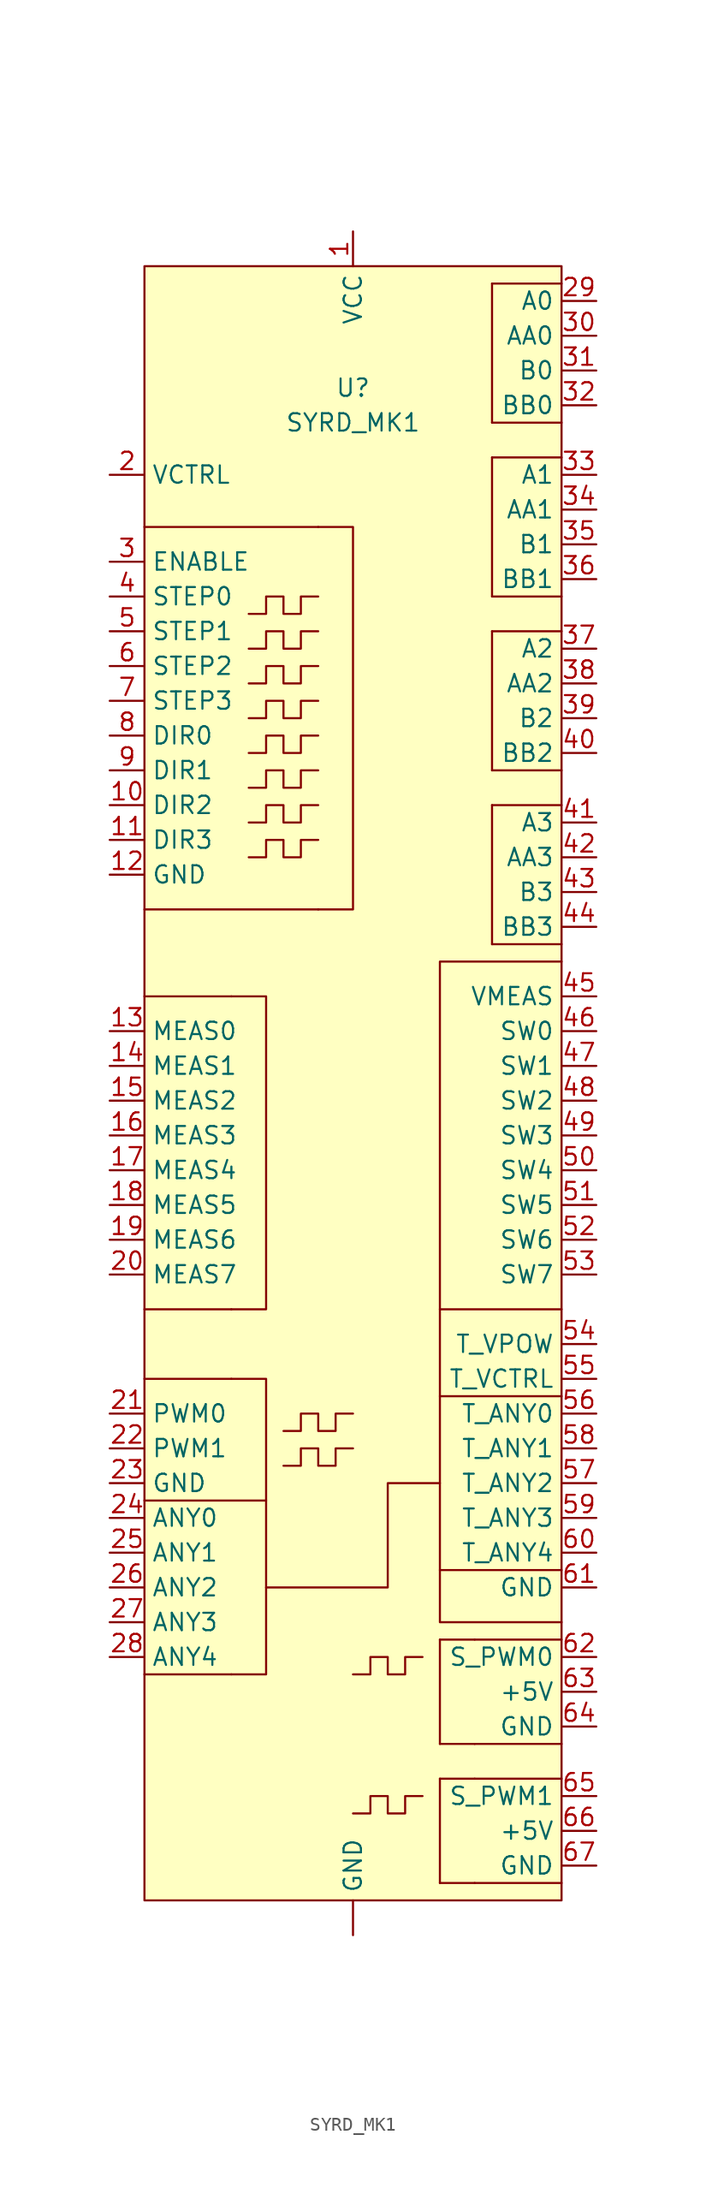
<source format=kicad_sym>
(kicad_symbol_lib
  (version 20211014)
  (generator kicad_symbol_editor)
  (symbol "SYRD_MK1"
    (property "Reference" "U"
      (at 0 52.07 0)
      (effects (font (size 1.27 1.27))))
    (property "Value" "SYRD_MK1"
      (at 0 49.53 0)
      (effects (font (size 1.27 1.27))))
    (symbol "SYRD_MK1_0_1"
      (rectangle (start -15.24 60.96) (end 15.24 -58.42) (stroke (width 0) (type default) (color 0 0 0 0)) (fill (type background)))
      (polyline (pts (xy -15.24 -29.21) (xy -6.35 -29.21)) (stroke (width 0) (type default) (color 0 0 0 0)) (fill (type none)))
      (polyline (pts (xy -8.89 -41.91) (xy -15.24 -41.91)) (stroke (width 0) (type default) (color 0 0 0 0)) (fill (type none)))
      (polyline (pts (xy -8.89 -20.32) (xy -15.24 -20.32)) (stroke (width 0) (type default) (color 0 0 0 0)) (fill (type none)))
      (polyline (pts (xy -8.89 -15.24) (xy -15.24 -15.24)) (stroke (width 0) (type default) (color 0 0 0 0)) (fill (type none)))
      (polyline (pts (xy -8.89 7.62) (xy -15.24 7.62)) (stroke (width 0) (type default) (color 0 0 0 0)) (fill (type none)))
      (polyline (pts (xy -2.54 13.97) (xy -15.24 13.97)) (stroke (width 0) (type default) (color 0 0 0 0)) (fill (type none)))
      (polyline (pts (xy -2.54 41.91) (xy -15.24 41.91)) (stroke (width 0) (type default) (color 0 0 0 0)) (fill (type none)))
      (polyline (pts (xy 6.35 -57.15) (xy 8.89 -57.15)) (stroke (width 0) (type default) (color 0 0 0 0)) (fill (type none)))
      (polyline (pts (xy 6.35 -49.53) (xy 6.35 -57.15)) (stroke (width 0) (type default) (color 0 0 0 0)) (fill (type none)))
      (polyline (pts (xy 6.35 -49.53) (xy 8.89 -49.53)) (stroke (width 0) (type default) (color 0 0 0 0)) (fill (type none)))
      (polyline (pts (xy 6.35 -46.99) (xy 8.89 -46.99)) (stroke (width 0) (type default) (color 0 0 0 0)) (fill (type none)))
      (polyline (pts (xy 6.35 -39.37) (xy 6.35 -46.99)) (stroke (width 0) (type default) (color 0 0 0 0)) (fill (type none)))
      (polyline (pts (xy 6.35 -39.37) (xy 8.89 -39.37)) (stroke (width 0) (type default) (color 0 0 0 0)) (fill (type none)))
      (polyline (pts (xy 6.35 -34.29) (xy 15.24 -34.29)) (stroke (width 0) (type default) (color 0 0 0 0)) (fill (type none)))
      (polyline (pts (xy 6.35 -21.59) (xy 15.24 -21.59)) (stroke (width 0) (type default) (color 0 0 0 0)) (fill (type none)))
      (polyline (pts (xy 8.89 -57.15) (xy 15.24 -57.15)) (stroke (width 0) (type default) (color 0 0 0 0)) (fill (type none)))
      (polyline (pts (xy 8.89 -49.53) (xy 15.24 -49.53)) (stroke (width 0) (type default) (color 0 0 0 0)) (fill (type none)))
      (polyline (pts (xy 8.89 -46.99) (xy 15.24 -46.99)) (stroke (width 0) (type default) (color 0 0 0 0)) (fill (type none)))
      (polyline (pts (xy 8.89 -39.37) (xy 15.24 -39.37)) (stroke (width 0) (type default) (color 0 0 0 0)) (fill (type none)))
      (polyline (pts (xy 10.16 11.43) (xy 15.24 11.43)) (stroke (width 0) (type default) (color 0 0 0 0)) (fill (type none)))
      (polyline (pts (xy 10.16 21.59) (xy 10.16 11.43)) (stroke (width 0) (type default) (color 0 0 0 0)) (fill (type none)))
      (polyline (pts (xy 10.16 21.59) (xy 15.24 21.59)) (stroke (width 0) (type default) (color 0 0 0 0)) (fill (type none)))
      (polyline (pts (xy 10.16 24.13) (xy 15.24 24.13)) (stroke (width 0) (type default) (color 0 0 0 0)) (fill (type none)))
      (polyline (pts (xy 10.16 34.29) (xy 10.16 24.13)) (stroke (width 0) (type default) (color 0 0 0 0)) (fill (type none)))
      (polyline (pts (xy 10.16 34.29) (xy 15.24 34.29)) (stroke (width 0) (type default) (color 0 0 0 0)) (fill (type none)))
      (polyline (pts (xy 10.16 36.83) (xy 15.24 36.83)) (stroke (width 0) (type default) (color 0 0 0 0)) (fill (type none)))
      (polyline (pts (xy 10.16 46.99) (xy 10.16 36.83)) (stroke (width 0) (type default) (color 0 0 0 0)) (fill (type none)))
      (polyline (pts (xy 10.16 46.99) (xy 15.24 46.99)) (stroke (width 0) (type default) (color 0 0 0 0)) (fill (type none)))
      (polyline (pts (xy 10.16 49.53) (xy 15.24 49.53)) (stroke (width 0) (type default) (color 0 0 0 0)) (fill (type none)))
      (polyline (pts (xy 10.16 59.69) (xy 10.16 49.53)) (stroke (width 0) (type default) (color 0 0 0 0)) (fill (type none)))
      (polyline (pts (xy 10.16 59.69) (xy 15.24 59.69)) (stroke (width 0) (type default) (color 0 0 0 0)) (fill (type none)))
      (polyline (pts (xy 6.35 -15.24) (xy 6.35 10.16) (xy 15.24 10.16)) (stroke (width 0) (type default) (color 0 0 0 0)) (fill (type none)))
      (polyline (pts (xy -8.89 -20.32) (xy -6.35 -20.32) (xy -6.35 -41.91) (xy -8.89 -41.91)) (stroke (width 0) (type default) (color 0 0 0 0)) (fill (type none)))
      (polyline (pts (xy -8.89 7.62) (xy -6.35 7.62) (xy -6.35 -15.24) (xy -8.89 -15.24)) (stroke (width 0) (type default) (color 0 0 0 0)) (fill (type none)))
      (polyline (pts (xy -6.35 -35.56) (xy 2.54 -35.56) (xy 2.54 -27.94) (xy 6.35 -27.94)) (stroke (width 0) (type default) (color 0 0 0 0)) (fill (type none)))
      (polyline (pts (xy -2.54 41.91) (xy 0 41.91) (xy 0 13.97) (xy -2.54 13.97)) (stroke (width 0) (type default) (color 0 0 0 0)) (fill (type none)))
      (polyline (pts (xy 15.24 -38.1) (xy 6.35 -38.1) (xy 6.35 -15.24) (xy 15.24 -15.24)) (stroke (width 0) (type default) (color 0 0 0 0)) (fill (type none)))
      (polyline (pts (xy -7.62 17.78) (xy -6.35 17.78) (xy -6.35 19.05) (xy -5.08 19.05) (xy -5.08 17.78) (xy -3.81 17.78) (xy -3.81 19.05) (xy -2.54 19.05)) (stroke (width 0) (type default) (color 0 0 0 0)) (fill (type none)))
      (polyline (pts (xy -7.62 20.32) (xy -6.35 20.32) (xy -6.35 21.59) (xy -5.08 21.59) (xy -5.08 20.32) (xy -3.81 20.32) (xy -3.81 21.59) (xy -2.54 21.59)) (stroke (width 0) (type default) (color 0 0 0 0)) (fill (type none)))
      (polyline (pts (xy -7.62 22.86) (xy -6.35 22.86) (xy -6.35 24.13) (xy -5.08 24.13) (xy -5.08 22.86) (xy -3.81 22.86) (xy -3.81 24.13) (xy -2.54 24.13)) (stroke (width 0) (type default) (color 0 0 0 0)) (fill (type none)))
      (polyline (pts (xy -7.62 25.4) (xy -6.35 25.4) (xy -6.35 26.67) (xy -5.08 26.67) (xy -5.08 25.4) (xy -3.81 25.4) (xy -3.81 26.67) (xy -2.54 26.67)) (stroke (width 0) (type default) (color 0 0 0 0)) (fill (type none)))
      (polyline (pts (xy -7.62 27.94) (xy -6.35 27.94) (xy -6.35 29.21) (xy -5.08 29.21) (xy -5.08 27.94) (xy -3.81 27.94) (xy -3.81 29.21) (xy -2.54 29.21)) (stroke (width 0) (type default) (color 0 0 0 0)) (fill (type none)))
      (polyline (pts (xy -7.62 30.48) (xy -6.35 30.48) (xy -6.35 31.75) (xy -5.08 31.75) (xy -5.08 30.48) (xy -3.81 30.48) (xy -3.81 31.75) (xy -2.54 31.75)) (stroke (width 0) (type default) (color 0 0 0 0)) (fill (type none)))
      (polyline (pts (xy -7.62 33.02) (xy -6.35 33.02) (xy -6.35 34.29) (xy -5.08 34.29) (xy -5.08 33.02) (xy -3.81 33.02) (xy -3.81 34.29) (xy -2.54 34.29)) (stroke (width 0) (type default) (color 0 0 0 0)) (fill (type none)))
      (polyline (pts (xy -7.62 35.56) (xy -6.35 35.56) (xy -6.35 36.83) (xy -5.08 36.83) (xy -5.08 35.56) (xy -3.81 35.56) (xy -3.81 36.83) (xy -2.54 36.83)) (stroke (width 0) (type default) (color 0 0 0 0)) (fill (type none)))
      (polyline (pts (xy -5.08 -26.67) (xy -3.81 -26.67) (xy -3.81 -25.4) (xy -2.54 -25.4) (xy -2.54 -26.67) (xy -1.27 -26.67) (xy -1.27 -25.4) (xy 0 -25.4)) (stroke (width 0) (type default) (color 0 0 0 0)) (fill (type none)))
      (polyline (pts (xy -5.08 -24.13) (xy -3.81 -24.13) (xy -3.81 -22.86) (xy -2.54 -22.86) (xy -2.54 -24.13) (xy -1.27 -24.13) (xy -1.27 -22.86) (xy 0 -22.86)) (stroke (width 0) (type default) (color 0 0 0 0)) (fill (type none)))
      (polyline (pts (xy 0 -52.07) (xy 1.27 -52.07) (xy 1.27 -50.8) (xy 2.54 -50.8) (xy 2.54 -52.07) (xy 3.81 -52.07) (xy 3.81 -50.8) (xy 5.08 -50.8)) (stroke (width 0) (type default) (color 0 0 0 0)) (fill (type none)))
      (polyline (pts (xy 0 -41.91) (xy 1.27 -41.91) (xy 1.27 -40.64) (xy 2.54 -40.64) (xy 2.54 -41.91) (xy 3.81 -41.91) (xy 3.81 -40.64) (xy 5.08 -40.64)) (stroke (width 0) (type default) (color 0 0 0 0)) (fill (type none))))
    (symbol "SYRD_MK1_1_1"
      (pin power_in line (at 0 -60.96 90) (length 2.54) (name "GND" (effects (font (size 1.27 1.27)))) (number "" (effects (font (size 1.27 1.27)))))
      (pin power_in line (at 0 63.5 270) (length 2.54) (name "VCC" (effects (font (size 1.27 1.27)))) (number "1" (effects (font (size 1.27 1.27)))))
      (pin input line (at -17.78 21.59 0) (length 2.54) (name "DIR2" (effects (font (size 1.27 1.27)))) (number "10" (effects (font (size 1.27 1.27)))))
      (pin input line (at -17.78 19.05 0) (length 2.54) (name "DIR3" (effects (font (size 1.27 1.27)))) (number "11" (effects (font (size 1.27 1.27)))))
      (pin input line (at -17.78 16.51 0) (length 2.54) (name "GND" (effects (font (size 1.27 1.27)))) (number "12" (effects (font (size 1.27 1.27)))))
      (pin output line (at -17.78 5.08 0) (length 2.54) (name "MEAS0" (effects (font (size 1.27 1.27)))) (number "13" (effects (font (size 1.27 1.27)))))
      (pin output line (at -17.78 2.54 0) (length 2.54) (name "MEAS1" (effects (font (size 1.27 1.27)))) (number "14" (effects (font (size 1.27 1.27)))))
      (pin output line (at -17.78 0 0) (length 2.54) (name "MEAS2" (effects (font (size 1.27 1.27)))) (number "15" (effects (font (size 1.27 1.27)))))
      (pin output line (at -17.78 -2.54 0) (length 2.54) (name "MEAS3" (effects (font (size 1.27 1.27)))) (number "16" (effects (font (size 1.27 1.27)))))
      (pin output line (at -17.78 -5.08 0) (length 2.54) (name "MEAS4" (effects (font (size 1.27 1.27)))) (number "17" (effects (font (size 1.27 1.27)))))
      (pin output line (at -17.78 -7.62 0) (length 2.54) (name "MEAS5" (effects (font (size 1.27 1.27)))) (number "18" (effects (font (size 1.27 1.27)))))
      (pin output line (at -17.78 -10.16 0) (length 2.54) (name "MEAS6" (effects (font (size 1.27 1.27)))) (number "19" (effects (font (size 1.27 1.27)))))
      (pin power_in line (at -17.78 45.72 0) (length 2.54) (name "VCTRL" (effects (font (size 1.27 1.27)))) (number "2" (effects (font (size 1.27 1.27)))))
      (pin output line (at -17.78 -12.7 0) (length 2.54) (name "MEAS7" (effects (font (size 1.27 1.27)))) (number "20" (effects (font (size 1.27 1.27)))))
      (pin input line (at -17.78 -22.86 0) (length 2.54) (name "PWM0" (effects (font (size 1.27 1.27)))) (number "21" (effects (font (size 1.27 1.27)))))
      (pin input line (at -17.78 -25.4 0) (length 2.54) (name "PWM1" (effects (font (size 1.27 1.27)))) (number "22" (effects (font (size 1.27 1.27)))))
      (pin input line (at -17.78 -27.94 0) (length 2.54) (name "GND" (effects (font (size 1.27 1.27)))) (number "23" (effects (font (size 1.27 1.27)))))
      (pin bidirectional line (at -17.78 -30.48 0) (length 2.54) (name "ANY0" (effects (font (size 1.27 1.27)))) (number "24" (effects (font (size 1.27 1.27)))))
      (pin bidirectional line (at -17.78 -33.02 0) (length 2.54) (name "ANY1" (effects (font (size 1.27 1.27)))) (number "25" (effects (font (size 1.27 1.27)))))
      (pin bidirectional line (at -17.78 -35.56 0) (length 2.54) (name "ANY2" (effects (font (size 1.27 1.27)))) (number "26" (effects (font (size 1.27 1.27)))))
      (pin bidirectional line (at -17.78 -38.1 0) (length 2.54) (name "ANY3" (effects (font (size 1.27 1.27)))) (number "27" (effects (font (size 1.27 1.27)))))
      (pin bidirectional line (at -17.78 -40.64 0) (length 2.54) (name "ANY4" (effects (font (size 1.27 1.27)))) (number "28" (effects (font (size 1.27 1.27)))))
      (pin power_out line (at 17.78 58.42 180) (length 2.54) (name "A0" (effects (font (size 1.27 1.27)))) (number "29" (effects (font (size 1.27 1.27)))))
      (pin input line (at -17.78 39.37 0) (length 2.54) (name "ENABLE" (effects (font (size 1.27 1.27)))) (number "3" (effects (font (size 1.27 1.27)))))
      (pin power_out line (at 17.78 55.88 180) (length 2.54) (name "AA0" (effects (font (size 1.27 1.27)))) (number "30" (effects (font (size 1.27 1.27)))))
      (pin power_out line (at 17.78 53.34 180) (length 2.54) (name "B0" (effects (font (size 1.27 1.27)))) (number "31" (effects (font (size 1.27 1.27)))))
      (pin power_out line (at 17.78 50.8 180) (length 2.54) (name "BB0" (effects (font (size 1.27 1.27)))) (number "32" (effects (font (size 1.27 1.27)))))
      (pin power_out line (at 17.78 45.72 180) (length 2.54) (name "A1" (effects (font (size 1.27 1.27)))) (number "33" (effects (font (size 1.27 1.27)))))
      (pin power_out line (at 17.78 43.18 180) (length 2.54) (name "AA1" (effects (font (size 1.27 1.27)))) (number "34" (effects (font (size 1.27 1.27)))))
      (pin power_out line (at 17.78 40.64 180) (length 2.54) (name "B1" (effects (font (size 1.27 1.27)))) (number "35" (effects (font (size 1.27 1.27)))))
      (pin power_out line (at 17.78 38.1 180) (length 2.54) (name "BB1" (effects (font (size 1.27 1.27)))) (number "36" (effects (font (size 1.27 1.27)))))
      (pin power_out line (at 17.78 33.02 180) (length 2.54) (name "A2" (effects (font (size 1.27 1.27)))) (number "37" (effects (font (size 1.27 1.27)))))
      (pin power_out line (at 17.78 30.48 180) (length 2.54) (name "AA2" (effects (font (size 1.27 1.27)))) (number "38" (effects (font (size 1.27 1.27)))))
      (pin power_out line (at 17.78 27.94 180) (length 2.54) (name "B2" (effects (font (size 1.27 1.27)))) (number "39" (effects (font (size 1.27 1.27)))))
      (pin input line (at -17.78 36.83 0) (length 2.54) (name "STEP0" (effects (font (size 1.27 1.27)))) (number "4" (effects (font (size 1.27 1.27)))))
      (pin power_out line (at 17.78 25.4 180) (length 2.54) (name "BB2" (effects (font (size 1.27 1.27)))) (number "40" (effects (font (size 1.27 1.27)))))
      (pin power_out line (at 17.78 20.32 180) (length 2.54) (name "A3" (effects (font (size 1.27 1.27)))) (number "41" (effects (font (size 1.27 1.27)))))
      (pin power_out line (at 17.78 17.78 180) (length 2.54) (name "AA3" (effects (font (size 1.27 1.27)))) (number "42" (effects (font (size 1.27 1.27)))))
      (pin power_out line (at 17.78 15.24 180) (length 2.54) (name "B3" (effects (font (size 1.27 1.27)))) (number "43" (effects (font (size 1.27 1.27)))))
      (pin power_out line (at 17.78 12.7 180) (length 2.54) (name "BB3" (effects (font (size 1.27 1.27)))) (number "44" (effects (font (size 1.27 1.27)))))
      (pin power_out line (at 17.78 7.62 180) (length 2.54) (name "VMEAS" (effects (font (size 1.27 1.27)))) (number "45" (effects (font (size 1.27 1.27)))))
      (pin input line (at 17.78 5.08 180) (length 2.54) (name "SW0" (effects (font (size 1.27 1.27)))) (number "46" (effects (font (size 1.27 1.27)))))
      (pin input line (at 17.78 2.54 180) (length 2.54) (name "SW1" (effects (font (size 1.27 1.27)))) (number "47" (effects (font (size 1.27 1.27)))))
      (pin input line (at 17.78 0 180) (length 2.54) (name "SW2" (effects (font (size 1.27 1.27)))) (number "48" (effects (font (size 1.27 1.27)))))
      (pin input line (at 17.78 -2.54 180) (length 2.54) (name "SW3" (effects (font (size 1.27 1.27)))) (number "49" (effects (font (size 1.27 1.27)))))
      (pin input line (at -17.78 34.29 0) (length 2.54) (name "STEP1" (effects (font (size 1.27 1.27)))) (number "5" (effects (font (size 1.27 1.27)))))
      (pin input line (at 17.78 -5.08 180) (length 2.54) (name "SW4" (effects (font (size 1.27 1.27)))) (number "50" (effects (font (size 1.27 1.27)))))
      (pin input line (at 17.78 -7.62 180) (length 2.54) (name "SW5" (effects (font (size 1.27 1.27)))) (number "51" (effects (font (size 1.27 1.27)))))
      (pin input line (at 17.78 -10.16 180) (length 2.54) (name "SW6" (effects (font (size 1.27 1.27)))) (number "52" (effects (font (size 1.27 1.27)))))
      (pin input line (at 17.78 -12.7 180) (length 2.54) (name "SW7" (effects (font (size 1.27 1.27)))) (number "53" (effects (font (size 1.27 1.27)))))
      (pin power_out line (at 17.78 -17.78 180) (length 2.54) (name "T_VPOW" (effects (font (size 1.27 1.27)))) (number "54" (effects (font (size 1.27 1.27)))))
      (pin power_out line (at 17.78 -20.32 180) (length 2.54) (name "T_VCTRL" (effects (font (size 1.27 1.27)))) (number "55" (effects (font (size 1.27 1.27)))))
      (pin bidirectional line (at 17.78 -22.86 180) (length 2.54) (name "T_ANY0" (effects (font (size 1.27 1.27)))) (number "56" (effects (font (size 1.27 1.27)))))
      (pin bidirectional line (at 17.78 -27.94 180) (length 2.54) (name "T_ANY2" (effects (font (size 1.27 1.27)))) (number "57" (effects (font (size 1.27 1.27)))))
      (pin bidirectional line (at 17.78 -25.4 180) (length 2.54) (name "T_ANY1" (effects (font (size 1.27 1.27)))) (number "58" (effects (font (size 1.27 1.27)))))
      (pin bidirectional line (at 17.78 -30.48 180) (length 2.54) (name "T_ANY3" (effects (font (size 1.27 1.27)))) (number "59" (effects (font (size 1.27 1.27)))))
      (pin input line (at -17.78 31.75 0) (length 2.54) (name "STEP2" (effects (font (size 1.27 1.27)))) (number "6" (effects (font (size 1.27 1.27)))))
      (pin bidirectional line (at 17.78 -33.02 180) (length 2.54) (name "T_ANY4" (effects (font (size 1.27 1.27)))) (number "60" (effects (font (size 1.27 1.27)))))
      (pin power_out line (at 17.78 -35.56 180) (length 2.54) (name "GND" (effects (font (size 1.27 1.27)))) (number "61" (effects (font (size 1.27 1.27)))))
      (pin output line (at 17.78 -40.64 180) (length 2.54) (name "S_PWM0" (effects (font (size 1.27 1.27)))) (number "62" (effects (font (size 1.27 1.27)))))
      (pin power_out line (at 17.78 -43.18 180) (length 2.54) (name "+5V" (effects (font (size 1.27 1.27)))) (number "63" (effects (font (size 1.27 1.27)))))
      (pin power_out line (at 17.78 -45.72 180) (length 2.54) (name "GND" (effects (font (size 1.27 1.27)))) (number "64" (effects (font (size 1.27 1.27)))))
      (pin output line (at 17.78 -50.8 180) (length 2.54) (name "S_PWM1" (effects (font (size 1.27 1.27)))) (number "65" (effects (font (size 1.27 1.27)))))
      (pin power_out line (at 17.78 -53.34 180) (length 2.54) (name "+5V" (effects (font (size 1.27 1.27)))) (number "66" (effects (font (size 1.27 1.27)))))
      (pin power_out line (at 17.78 -55.88 180) (length 2.54) (name "GND" (effects (font (size 1.27 1.27)))) (number "67" (effects (font (size 1.27 1.27)))))
      (pin input line (at -17.78 29.21 0) (length 2.54) (name "STEP3" (effects (font (size 1.27 1.27)))) (number "7" (effects (font (size 1.27 1.27)))))
      (pin input line (at -17.78 26.67 0) (length 2.54) (name "DIR0" (effects (font (size 1.27 1.27)))) (number "8" (effects (font (size 1.27 1.27)))))
      (pin input line (at -17.78 24.13 0) (length 2.54) (name "DIR1" (effects (font (size 1.27 1.27)))) (number "9" (effects (font (size 1.27 1.27))))))))
</source>
